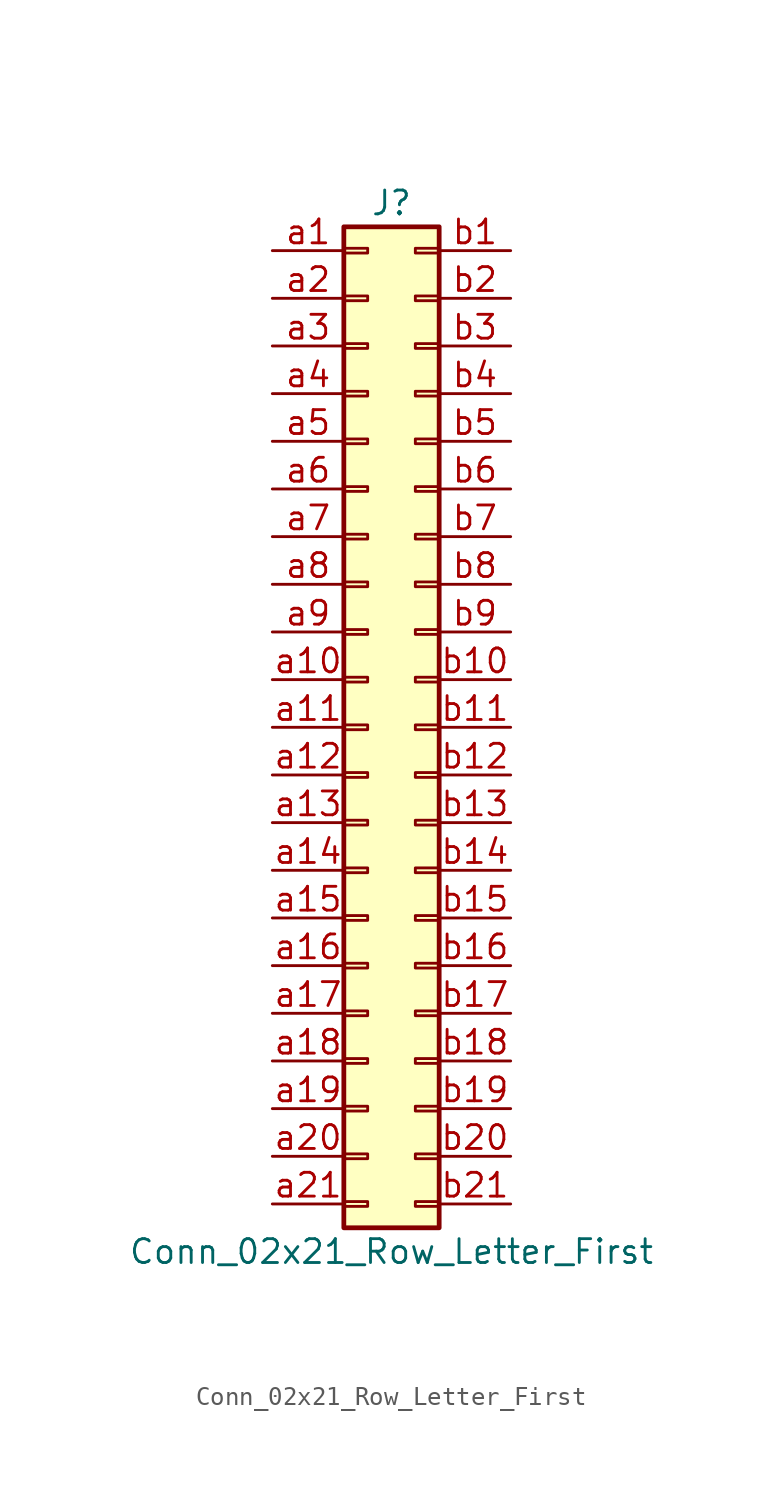
<source format=kicad_sym>
(kicad_symbol_lib
  (version 20201005)
  (generator kicad_symbol_editor)
  (symbol "Conn_02x21_Row_Letter_First"
    (pin_names
      (offset 1.016) hide)
    (property "Reference" "J"
      (at 1.27 27.94 0)
      (effects (font (size 1.27 1.27))))
    (property "Value" "Conn_02x21_Row_Letter_First"
      (at 1.27 -27.94 0)
      (effects (font (size 1.27 1.27))))
    (symbol "Conn_02x21_Row_Letter_First_1_1"
      (rectangle (start -1.27 -25.273) (end 0 -25.527) (stroke (width 0.152)) (fill (type none)))
      (rectangle (start -1.27 -22.733) (end 0 -22.987) (stroke (width 0.152)) (fill (type none)))
      (rectangle (start -1.27 -20.193) (end 0 -20.447) (stroke (width 0.152)) (fill (type none)))
      (rectangle (start -1.27 -17.653) (end 0 -17.907) (stroke (width 0.152)) (fill (type none)))
      (rectangle (start -1.27 -15.113) (end 0 -15.367) (stroke (width 0.152)) (fill (type none)))
      (rectangle (start -1.27 -12.573) (end 0 -12.827) (stroke (width 0.152)) (fill (type none)))
      (rectangle (start -1.27 -10.033) (end 0 -10.287) (stroke (width 0.152)) (fill (type none)))
      (rectangle (start -1.27 -7.493) (end 0 -7.747) (stroke (width 0.152)) (fill (type none)))
      (rectangle (start -1.27 -4.953) (end 0 -5.207) (stroke (width 0.152)) (fill (type none)))
      (rectangle (start -1.27 -2.413) (end 0 -2.667) (stroke (width 0.152)) (fill (type none)))
      (rectangle (start -1.27 0.127) (end 0 -0.127) (stroke (width 0.152)) (fill (type none)))
      (rectangle (start -1.27 2.667) (end 0 2.413) (stroke (width 0.152)) (fill (type none)))
      (rectangle (start -1.27 5.207) (end 0 4.953) (stroke (width 0.152)) (fill (type none)))
      (rectangle (start -1.27 7.747) (end 0 7.493) (stroke (width 0.152)) (fill (type none)))
      (rectangle (start -1.27 10.287) (end 0 10.033) (stroke (width 0.152)) (fill (type none)))
      (rectangle (start -1.27 12.827) (end 0 12.573) (stroke (width 0.152)) (fill (type none)))
      (rectangle (start -1.27 15.367) (end 0 15.113) (stroke (width 0.152)) (fill (type none)))
      (rectangle (start -1.27 17.907) (end 0 17.653) (stroke (width 0.152)) (fill (type none)))
      (rectangle (start -1.27 20.447) (end 0 20.193) (stroke (width 0.152)) (fill (type none)))
      (rectangle (start -1.27 22.987) (end 0 22.733) (stroke (width 0.152)) (fill (type none)))
      (rectangle (start -1.27 25.527) (end 0 25.273) (stroke (width 0.152)) (fill (type none)))
      (rectangle (start 3.81 -25.273) (end 2.54 -25.527) (stroke (width 0.152)) (fill (type none)))
      (rectangle (start 3.81 -22.733) (end 2.54 -22.987) (stroke (width 0.152)) (fill (type none)))
      (rectangle (start 3.81 -20.193) (end 2.54 -20.447) (stroke (width 0.152)) (fill (type none)))
      (rectangle (start 3.81 -17.653) (end 2.54 -17.907) (stroke (width 0.152)) (fill (type none)))
      (rectangle (start 3.81 -15.113) (end 2.54 -15.367) (stroke (width 0.152)) (fill (type none)))
      (rectangle (start 3.81 -12.573) (end 2.54 -12.827) (stroke (width 0.152)) (fill (type none)))
      (rectangle (start 3.81 -10.033) (end 2.54 -10.287) (stroke (width 0.152)) (fill (type none)))
      (rectangle (start 3.81 -7.493) (end 2.54 -7.747) (stroke (width 0.152)) (fill (type none)))
      (rectangle (start 3.81 -4.953) (end 2.54 -5.207) (stroke (width 0.152)) (fill (type none)))
      (rectangle (start 3.81 -2.413) (end 2.54 -2.667) (stroke (width 0.152)) (fill (type none)))
      (rectangle (start 3.81 0.127) (end 2.54 -0.127) (stroke (width 0.152)) (fill (type none)))
      (rectangle (start 3.81 2.667) (end 2.54 2.413) (stroke (width 0.152)) (fill (type none)))
      (rectangle (start 3.81 5.207) (end 2.54 4.953) (stroke (width 0.152)) (fill (type none)))
      (rectangle (start 3.81 7.747) (end 2.54 7.493) (stroke (width 0.152)) (fill (type none)))
      (rectangle (start 3.81 10.287) (end 2.54 10.033) (stroke (width 0.152)) (fill (type none)))
      (rectangle (start 3.81 12.827) (end 2.54 12.573) (stroke (width 0.152)) (fill (type none)))
      (rectangle (start 3.81 15.367) (end 2.54 15.113) (stroke (width 0.152)) (fill (type none)))
      (rectangle (start 3.81 17.907) (end 2.54 17.653) (stroke (width 0.152)) (fill (type none)))
      (rectangle (start 3.81 20.447) (end 2.54 20.193) (stroke (width 0.152)) (fill (type none)))
      (rectangle (start 3.81 22.987) (end 2.54 22.733) (stroke (width 0.152)) (fill (type none)))
      (rectangle (start 3.81 25.527) (end 2.54 25.273) (stroke (width 0.152)) (fill (type none)))
      (rectangle (start -1.27 26.67) (end 3.81 -26.67) (stroke (width 0.254)) (fill (type background)))
      (pin passive line (at -5.08 25.4 0) (length 3.81) (name "Pin_a1" (effects (font (size 1.27 1.27)))) (number "a1" (effects (font (size 1.27 1.27)))))
      (pin passive line (at -5.08 2.54 0) (length 3.81) (name "Pin_a10" (effects (font (size 1.27 1.27)))) (number "a10" (effects (font (size 1.27 1.27)))))
      (pin passive line (at -5.08 0 0) (length 3.81) (name "Pin_a11" (effects (font (size 1.27 1.27)))) (number "a11" (effects (font (size 1.27 1.27)))))
      (pin passive line (at -5.08 -2.54 0) (length 3.81) (name "Pin_a12" (effects (font (size 1.27 1.27)))) (number "a12" (effects (font (size 1.27 1.27)))))
      (pin passive line (at -5.08 -5.08 0) (length 3.81) (name "Pin_a13" (effects (font (size 1.27 1.27)))) (number "a13" (effects (font (size 1.27 1.27)))))
      (pin passive line (at -5.08 -7.62 0) (length 3.81) (name "Pin_a14" (effects (font (size 1.27 1.27)))) (number "a14" (effects (font (size 1.27 1.27)))))
      (pin passive line (at -5.08 -10.16 0) (length 3.81) (name "Pin_a15" (effects (font (size 1.27 1.27)))) (number "a15" (effects (font (size 1.27 1.27)))))
      (pin passive line (at -5.08 -12.7 0) (length 3.81) (name "Pin_a16" (effects (font (size 1.27 1.27)))) (number "a16" (effects (font (size 1.27 1.27)))))
      (pin passive line (at -5.08 -15.24 0) (length 3.81) (name "Pin_a17" (effects (font (size 1.27 1.27)))) (number "a17" (effects (font (size 1.27 1.27)))))
      (pin passive line (at -5.08 -17.78 0) (length 3.81) (name "Pin_a18" (effects (font (size 1.27 1.27)))) (number "a18" (effects (font (size 1.27 1.27)))))
      (pin passive line (at -5.08 -20.32 0) (length 3.81) (name "Pin_a19" (effects (font (size 1.27 1.27)))) (number "a19" (effects (font (size 1.27 1.27)))))
      (pin passive line (at -5.08 22.86 0) (length 3.81) (name "Pin_a2" (effects (font (size 1.27 1.27)))) (number "a2" (effects (font (size 1.27 1.27)))))
      (pin passive line (at -5.08 -22.86 0) (length 3.81) (name "Pin_a20" (effects (font (size 1.27 1.27)))) (number "a20" (effects (font (size 1.27 1.27)))))
      (pin passive line (at -5.08 -25.4 0) (length 3.81) (name "Pin_a21" (effects (font (size 1.27 1.27)))) (number "a21" (effects (font (size 1.27 1.27)))))
      (pin passive line (at -5.08 20.32 0) (length 3.81) (name "Pin_a3" (effects (font (size 1.27 1.27)))) (number "a3" (effects (font (size 1.27 1.27)))))
      (pin passive line (at -5.08 17.78 0) (length 3.81) (name "Pin_a4" (effects (font (size 1.27 1.27)))) (number "a4" (effects (font (size 1.27 1.27)))))
      (pin passive line (at -5.08 15.24 0) (length 3.81) (name "Pin_a5" (effects (font (size 1.27 1.27)))) (number "a5" (effects (font (size 1.27 1.27)))))
      (pin passive line (at -5.08 12.7 0) (length 3.81) (name "Pin_a6" (effects (font (size 1.27 1.27)))) (number "a6" (effects (font (size 1.27 1.27)))))
      (pin passive line (at -5.08 10.16 0) (length 3.81) (name "Pin_a7" (effects (font (size 1.27 1.27)))) (number "a7" (effects (font (size 1.27 1.27)))))
      (pin passive line (at -5.08 7.62 0) (length 3.81) (name "Pin_a8" (effects (font (size 1.27 1.27)))) (number "a8" (effects (font (size 1.27 1.27)))))
      (pin passive line (at -5.08 5.08 0) (length 3.81) (name "Pin_a9" (effects (font (size 1.27 1.27)))) (number "a9" (effects (font (size 1.27 1.27)))))
      (pin passive line (at 7.62 25.4 180) (length 3.81) (name "Pin_b1" (effects (font (size 1.27 1.27)))) (number "b1" (effects (font (size 1.27 1.27)))))
      (pin passive line (at 7.62 2.54 180) (length 3.81) (name "Pin_b10" (effects (font (size 1.27 1.27)))) (number "b10" (effects (font (size 1.27 1.27)))))
      (pin passive line (at 7.62 0 180) (length 3.81) (name "Pin_b11" (effects (font (size 1.27 1.27)))) (number "b11" (effects (font (size 1.27 1.27)))))
      (pin passive line (at 7.62 -2.54 180) (length 3.81) (name "Pin_b12" (effects (font (size 1.27 1.27)))) (number "b12" (effects (font (size 1.27 1.27)))))
      (pin passive line (at 7.62 -5.08 180) (length 3.81) (name "Pin_b13" (effects (font (size 1.27 1.27)))) (number "b13" (effects (font (size 1.27 1.27)))))
      (pin passive line (at 7.62 -7.62 180) (length 3.81) (name "Pin_b14" (effects (font (size 1.27 1.27)))) (number "b14" (effects (font (size 1.27 1.27)))))
      (pin passive line (at 7.62 -10.16 180) (length 3.81) (name "Pin_b15" (effects (font (size 1.27 1.27)))) (number "b15" (effects (font (size 1.27 1.27)))))
      (pin passive line (at 7.62 -12.7 180) (length 3.81) (name "Pin_b16" (effects (font (size 1.27 1.27)))) (number "b16" (effects (font (size 1.27 1.27)))))
      (pin passive line (at 7.62 -15.24 180) (length 3.81) (name "Pin_b17" (effects (font (size 1.27 1.27)))) (number "b17" (effects (font (size 1.27 1.27)))))
      (pin passive line (at 7.62 -17.78 180) (length 3.81) (name "Pin_b18" (effects (font (size 1.27 1.27)))) (number "b18" (effects (font (size 1.27 1.27)))))
      (pin passive line (at 7.62 -20.32 180) (length 3.81) (name "Pin_b19" (effects (font (size 1.27 1.27)))) (number "b19" (effects (font (size 1.27 1.27)))))
      (pin passive line (at 7.62 22.86 180) (length 3.81) (name "Pin_b2" (effects (font (size 1.27 1.27)))) (number "b2" (effects (font (size 1.27 1.27)))))
      (pin passive line (at 7.62 -22.86 180) (length 3.81) (name "Pin_b20" (effects (font (size 1.27 1.27)))) (number "b20" (effects (font (size 1.27 1.27)))))
      (pin passive line (at 7.62 -25.4 180) (length 3.81) (name "Pin_b21" (effects (font (size 1.27 1.27)))) (number "b21" (effects (font (size 1.27 1.27)))))
      (pin passive line (at 7.62 20.32 180) (length 3.81) (name "Pin_b3" (effects (font (size 1.27 1.27)))) (number "b3" (effects (font (size 1.27 1.27)))))
      (pin passive line (at 7.62 17.78 180) (length 3.81) (name "Pin_b4" (effects (font (size 1.27 1.27)))) (number "b4" (effects (font (size 1.27 1.27)))))
      (pin passive line (at 7.62 15.24 180) (length 3.81) (name "Pin_b5" (effects (font (size 1.27 1.27)))) (number "b5" (effects (font (size 1.27 1.27)))))
      (pin passive line (at 7.62 12.7 180) (length 3.81) (name "Pin_b6" (effects (font (size 1.27 1.27)))) (number "b6" (effects (font (size 1.27 1.27)))))
      (pin passive line (at 7.62 10.16 180) (length 3.81) (name "Pin_b7" (effects (font (size 1.27 1.27)))) (number "b7" (effects (font (size 1.27 1.27)))))
      (pin passive line (at 7.62 7.62 180) (length 3.81) (name "Pin_b8" (effects (font (size 1.27 1.27)))) (number "b8" (effects (font (size 1.27 1.27)))))
      (pin passive line (at 7.62 5.08 180) (length 3.81) (name "Pin_b9" (effects (font (size 1.27 1.27)))) (number "b9" (effects (font (size 1.27 1.27))))))))
</source>
